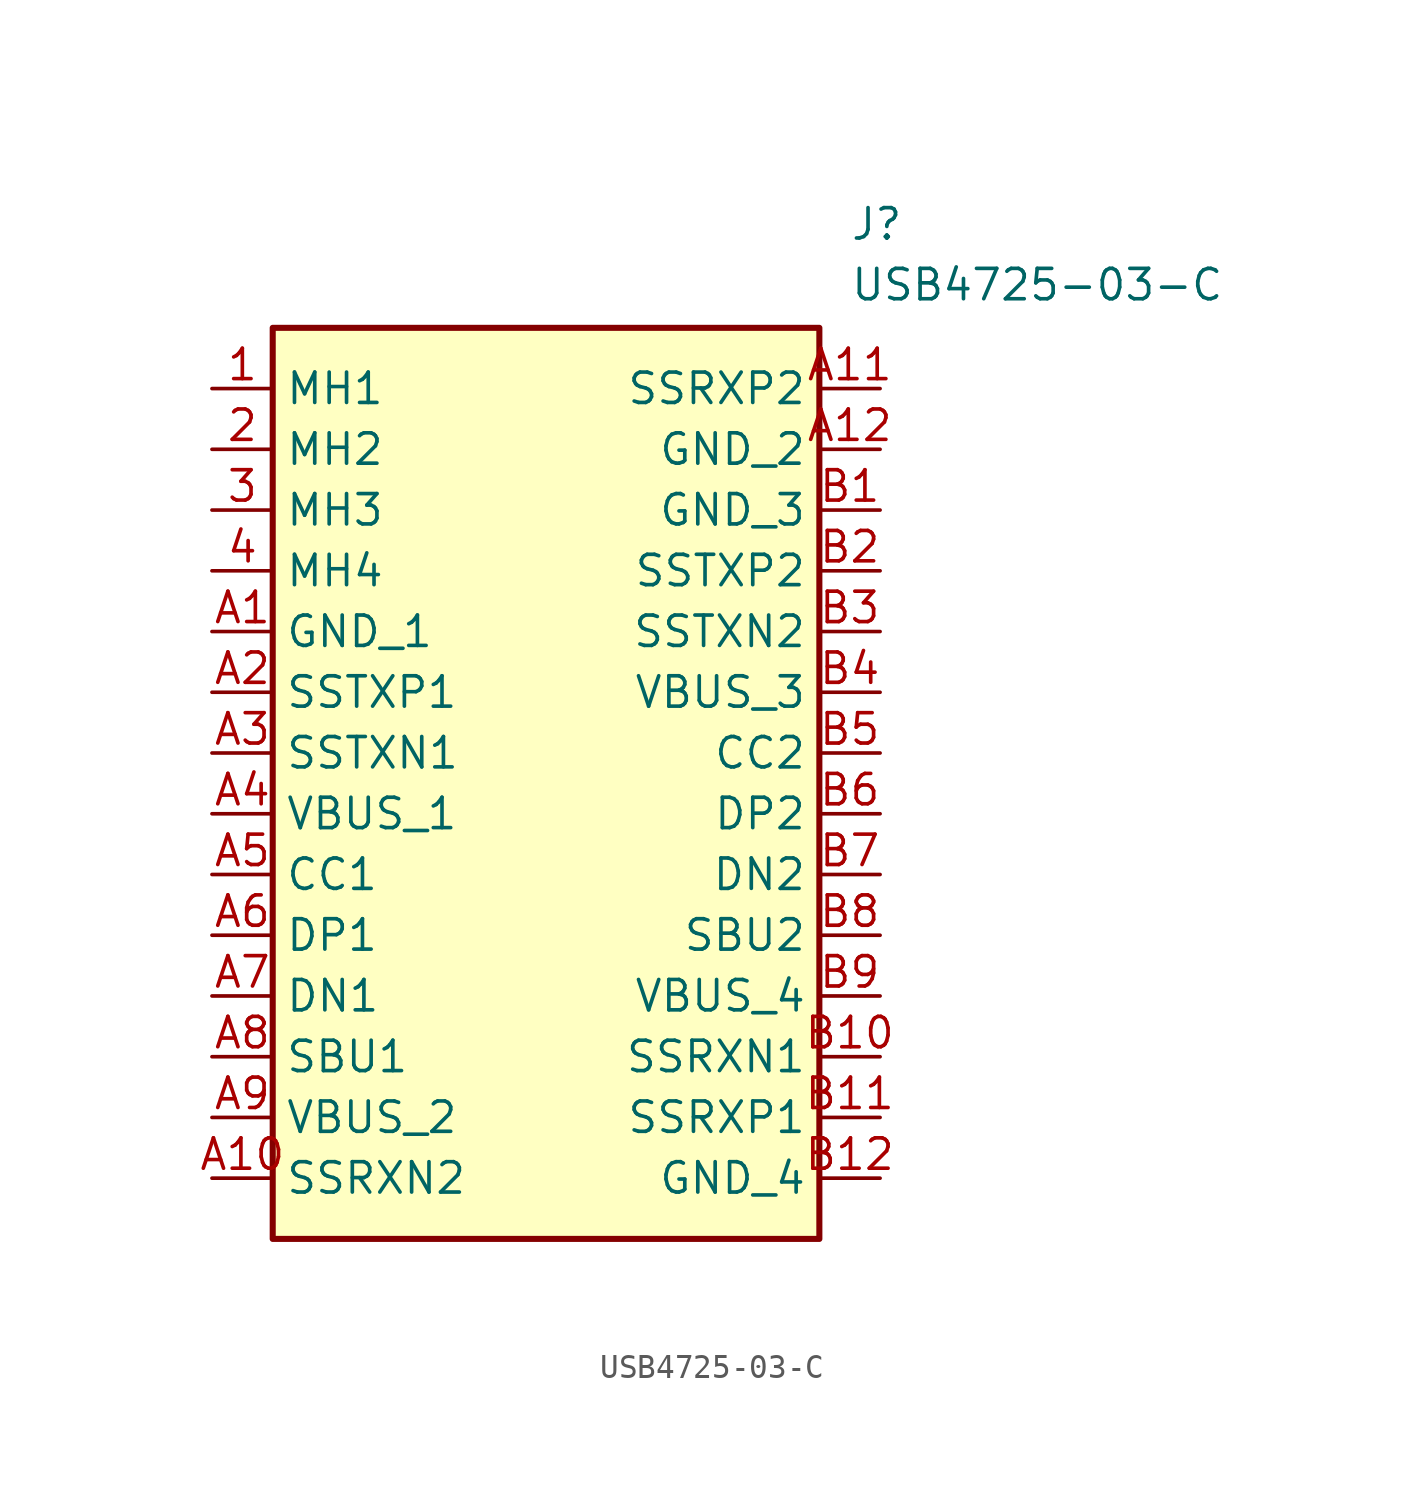
<source format=kicad_sym>
(kicad_symbol_lib
  (version 20241209)
  (generator "kicad_symbol_editor")
  (generator_version "9.0")
  (symbol "USB4725-03-C"
    (property "Reference" "J"
      (at 29.21 7.62 0)
      (effects (font (size 1.27 1.27)) (justify left top)))
    (property "Value" "USB4725-03-C"
      (at 29.21 5.08 0)
      (effects (font (size 1.27 1.27)) (justify left top)))
    (symbol "USB4725-03-C_1_1"
      (rectangle (start 5.08 2.54) (end 27.94 -35.56) (stroke (width 0.254) (type default)) (fill (type background)))
      (pin passive line (at 2.54 0 0) (length 2.54) (name "MH1" (effects (font (size 1.27 1.27)))) (number "1" (effects (font (size 1.27 1.27)))))
      (pin passive line (at 2.54 -2.54 0) (length 2.54) (name "MH2" (effects (font (size 1.27 1.27)))) (number "2" (effects (font (size 1.27 1.27)))))
      (pin passive line (at 2.54 -5.08 0) (length 2.54) (name "MH3" (effects (font (size 1.27 1.27)))) (number "3" (effects (font (size 1.27 1.27)))))
      (pin passive line (at 2.54 -7.62 0) (length 2.54) (name "MH4" (effects (font (size 1.27 1.27)))) (number "4" (effects (font (size 1.27 1.27)))))
      (pin passive line (at 2.54 -10.16 0) (length 2.54) (name "GND_1" (effects (font (size 1.27 1.27)))) (number "A1" (effects (font (size 1.27 1.27)))))
      (pin passive line (at 2.54 -12.7 0) (length 2.54) (name "SSTXP1" (effects (font (size 1.27 1.27)))) (number "A2" (effects (font (size 1.27 1.27)))))
      (pin passive line (at 2.54 -15.24 0) (length 2.54) (name "SSTXN1" (effects (font (size 1.27 1.27)))) (number "A3" (effects (font (size 1.27 1.27)))))
      (pin passive line (at 2.54 -17.78 0) (length 2.54) (name "VBUS_1" (effects (font (size 1.27 1.27)))) (number "A4" (effects (font (size 1.27 1.27)))))
      (pin passive line (at 2.54 -20.32 0) (length 2.54) (name "CC1" (effects (font (size 1.27 1.27)))) (number "A5" (effects (font (size 1.27 1.27)))))
      (pin passive line (at 2.54 -22.86 0) (length 2.54) (name "DP1" (effects (font (size 1.27 1.27)))) (number "A6" (effects (font (size 1.27 1.27)))))
      (pin passive line (at 2.54 -25.4 0) (length 2.54) (name "DN1" (effects (font (size 1.27 1.27)))) (number "A7" (effects (font (size 1.27 1.27)))))
      (pin passive line (at 2.54 -27.94 0) (length 2.54) (name "SBU1" (effects (font (size 1.27 1.27)))) (number "A8" (effects (font (size 1.27 1.27)))))
      (pin passive line (at 2.54 -30.48 0) (length 2.54) (name "VBUS_2" (effects (font (size 1.27 1.27)))) (number "A9" (effects (font (size 1.27 1.27)))))
      (pin passive line (at 2.54 -33.02 0) (length 2.54) (name "SSRXN2" (effects (font (size 1.27 1.27)))) (number "A10" (effects (font (size 1.27 1.27)))))
      (pin passive line (at 30.48 0 180) (length 2.54) (name "SSRXP2" (effects (font (size 1.27 1.27)))) (number "A11" (effects (font (size 1.27 1.27)))))
      (pin passive line (at 30.48 -2.54 180) (length 2.54) (name "GND_2" (effects (font (size 1.27 1.27)))) (number "A12" (effects (font (size 1.27 1.27)))))
      (pin passive line (at 30.48 -5.08 180) (length 2.54) (name "GND_3" (effects (font (size 1.27 1.27)))) (number "B1" (effects (font (size 1.27 1.27)))))
      (pin passive line (at 30.48 -7.62 180) (length 2.54) (name "SSTXP2" (effects (font (size 1.27 1.27)))) (number "B2" (effects (font (size 1.27 1.27)))))
      (pin passive line (at 30.48 -10.16 180) (length 2.54) (name "SSTXN2" (effects (font (size 1.27 1.27)))) (number "B3" (effects (font (size 1.27 1.27)))))
      (pin passive line (at 30.48 -12.7 180) (length 2.54) (name "VBUS_3" (effects (font (size 1.27 1.27)))) (number "B4" (effects (font (size 1.27 1.27)))))
      (pin passive line (at 30.48 -15.24 180) (length 2.54) (name "CC2" (effects (font (size 1.27 1.27)))) (number "B5" (effects (font (size 1.27 1.27)))))
      (pin passive line (at 30.48 -17.78 180) (length 2.54) (name "DP2" (effects (font (size 1.27 1.27)))) (number "B6" (effects (font (size 1.27 1.27)))))
      (pin passive line (at 30.48 -20.32 180) (length 2.54) (name "DN2" (effects (font (size 1.27 1.27)))) (number "B7" (effects (font (size 1.27 1.27)))))
      (pin passive line (at 30.48 -22.86 180) (length 2.54) (name "SBU2" (effects (font (size 1.27 1.27)))) (number "B8" (effects (font (size 1.27 1.27)))))
      (pin passive line (at 30.48 -25.4 180) (length 2.54) (name "VBUS_4" (effects (font (size 1.27 1.27)))) (number "B9" (effects (font (size 1.27 1.27)))))
      (pin passive line (at 30.48 -27.94 180) (length 2.54) (name "SSRXN1" (effects (font (size 1.27 1.27)))) (number "B10" (effects (font (size 1.27 1.27)))))
      (pin passive line (at 30.48 -30.48 180) (length 2.54) (name "SSRXP1" (effects (font (size 1.27 1.27)))) (number "B11" (effects (font (size 1.27 1.27)))))
      (pin passive line (at 30.48 -33.02 180) (length 2.54) (name "GND_4" (effects (font (size 1.27 1.27)))) (number "B12" (effects (font (size 1.27 1.27))))))))
</source>
